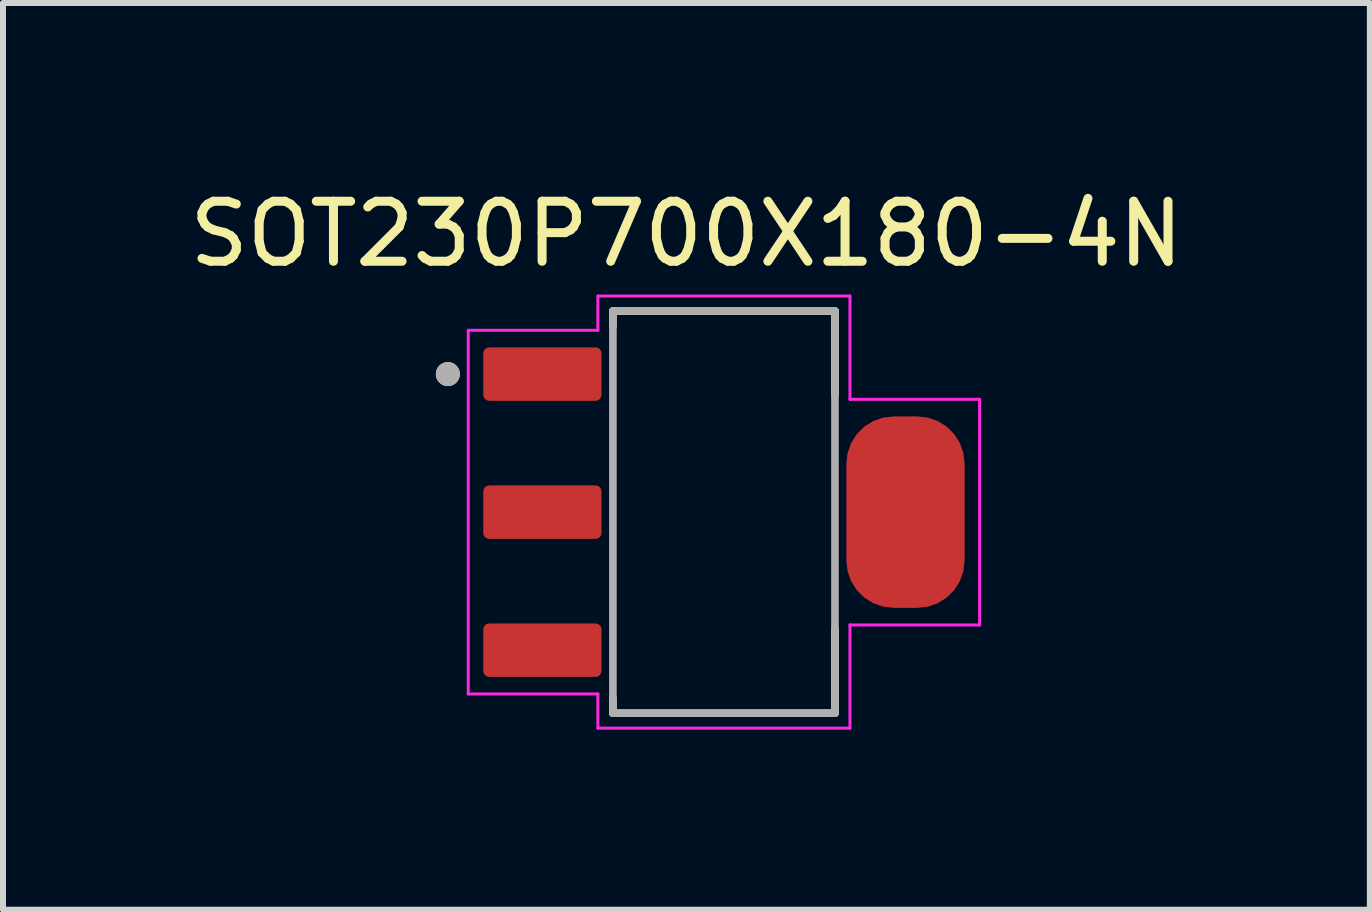
<source format=kicad_pcb>
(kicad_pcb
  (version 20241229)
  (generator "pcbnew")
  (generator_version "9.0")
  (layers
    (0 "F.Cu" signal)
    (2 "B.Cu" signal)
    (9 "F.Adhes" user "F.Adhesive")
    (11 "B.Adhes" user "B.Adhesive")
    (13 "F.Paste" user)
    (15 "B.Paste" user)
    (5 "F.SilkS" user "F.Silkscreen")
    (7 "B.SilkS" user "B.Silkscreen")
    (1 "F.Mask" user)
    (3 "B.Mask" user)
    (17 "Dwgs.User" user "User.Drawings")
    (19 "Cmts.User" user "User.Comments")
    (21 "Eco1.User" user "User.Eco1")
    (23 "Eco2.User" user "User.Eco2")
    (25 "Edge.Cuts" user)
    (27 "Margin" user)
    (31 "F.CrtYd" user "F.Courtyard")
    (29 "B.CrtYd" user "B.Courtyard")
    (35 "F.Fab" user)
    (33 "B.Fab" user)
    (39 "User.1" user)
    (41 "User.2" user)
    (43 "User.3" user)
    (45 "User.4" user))
  (footprint "SOT230P700X180-4N"
    (layer "F.Cu")
    (at 9.012 5.483)
    (property "Reference" "SOT230P700X180-4N" (at -0.625 -4.635 0) (layer "F.SilkS") (effects (font (size 1 1) (thickness 0.15))))
    (attr through_hole)
    (fp_line (start -1.85 -3.35) (end -1.85 -3.1) (stroke (width 0.127) (type solid)) (layer "F.SilkS"))
    (fp_line (start -1.85 3.35) (end -1.85 3.1) (stroke (width 0.127) (type solid)) (layer "F.SilkS"))
    (fp_line (start 1.85 -3.35) (end -1.85 -3.35) (stroke (width 0.127) (type solid)) (layer "F.SilkS"))
    (fp_line (start 1.85 -1.95) (end 1.85 -3.35) (stroke (width 0.127) (type solid)) (layer "F.SilkS"))
    (fp_line (start 1.85 1.95) (end 1.85 3.35) (stroke (width 0.127) (type solid)) (layer "F.SilkS"))
    (fp_line (start 1.85 3.35) (end -1.85 3.35) (stroke (width 0.127) (type solid)) (layer "F.SilkS"))
    (fp_circle (center -4.6 -2.3) (end -4.5 -2.3) (stroke (width 0.2) (type solid)) (fill no) (layer "F.SilkS"))
    (fp_line (start -4.26 -3.03) (end -4.26 3.03) (stroke (width 0.05) (type solid)) (layer "F.CrtYd"))
    (fp_line (start -4.26 3.03) (end -2.1 3.03) (stroke (width 0.05) (type solid)) (layer "F.CrtYd"))
    (fp_line (start -2.1 -3.6) (end -2.1 -3.03) (stroke (width 0.05) (type solid)) (layer "F.CrtYd"))
    (fp_line (start -2.1 -3.6) (end 2.1 -3.6) (stroke (width 0.05) (type solid)) (layer "F.CrtYd"))
    (fp_line (start -2.1 -3.03) (end -4.26 -3.03) (stroke (width 0.05) (type solid)) (layer "F.CrtYd"))
    (fp_line (start -2.1 3.03) (end -2.1 3.6) (stroke (width 0.05) (type solid)) (layer "F.CrtYd"))
    (fp_line (start 2.1 -3.6) (end 2.1 -1.88) (stroke (width 0.05) (type solid)) (layer "F.CrtYd"))
    (fp_line (start 2.1 -1.88) (end 4.26 -1.88) (stroke (width 0.05) (type solid)) (layer "F.CrtYd"))
    (fp_line (start 2.1 1.88) (end 2.1 3.6) (stroke (width 0.05) (type solid)) (layer "F.CrtYd"))
    (fp_line (start 2.1 3.6) (end -2.1 3.6) (stroke (width 0.05) (type solid)) (layer "F.CrtYd"))
    (fp_line (start 4.26 -1.88) (end 4.26 1.88) (stroke (width 0.05) (type solid)) (layer "F.CrtYd"))
    (fp_line (start 4.26 1.88) (end 2.1 1.88) (stroke (width 0.05) (type solid)) (layer "F.CrtYd"))
    (fp_line (start -1.85 -3.35) (end 1.85 -3.35) (stroke (width 0.127) (type solid)) (layer "F.Fab"))
    (fp_line (start -1.85 3.35) (end -1.85 -3.35) (stroke (width 0.127) (type solid)) (layer "F.Fab"))
    (fp_line (start 1.85 -3.35) (end 1.85 3.35) (stroke (width 0.127) (type solid)) (layer "F.Fab"))
    (fp_line (start 1.85 3.35) (end -1.85 3.35) (stroke (width 0.127) (type solid)) (layer "F.Fab"))
    (fp_circle (center -4.6 -2.3) (end -4.5 -2.3) (stroke (width 0.2) (type solid)) (fill no) (layer "F.Fab"))
    (pad "1" smd roundrect (at -3.025 -2.3) (size 1.97 0.89) (layers "F.Cu" "F.Mask" "F.Paste") (roundrect_rratio 0.11))
    (pad "2" smd roundrect (at -3.025 0) (size 1.97 0.89) (layers "F.Cu" "F.Mask" "F.Paste") (roundrect_rratio 0.11))
    (pad "3" smd roundrect (at -3.025 2.3) (size 1.97 0.89) (layers "F.Cu" "F.Mask" "F.Paste") (roundrect_rratio 0.11))
    (pad "4" smd roundrect (at 3.025 0) (size 1.97 3.19) (layers "F.Cu" "F.Mask" "F.Paste") (roundrect_rratio 0.4)))
  (gr_rect
    (start -3 -3)
    (end 19.774 12.108)
    (stroke (width 0.1) (type default))
    (fill no)
    (layer "Edge.Cuts")))
</source>
